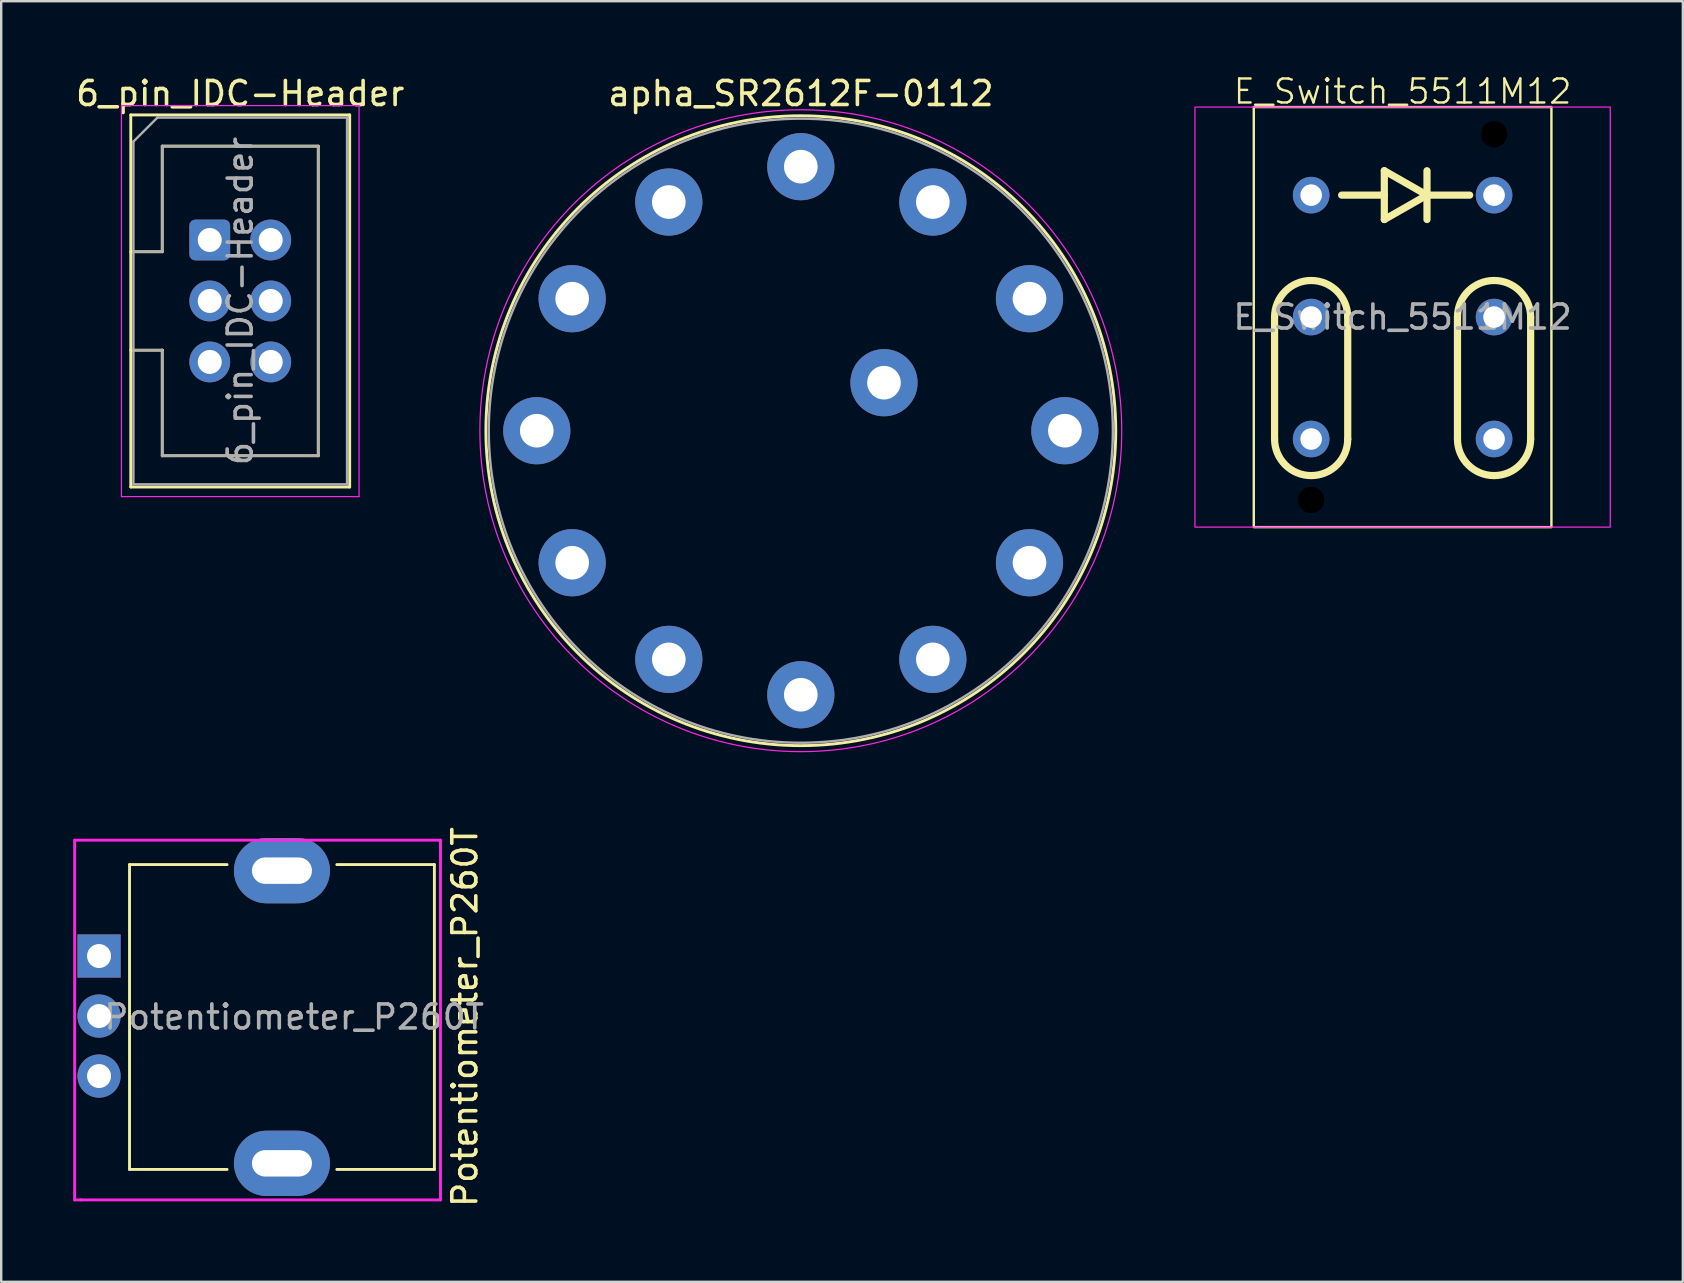
<source format=kicad_pcb>
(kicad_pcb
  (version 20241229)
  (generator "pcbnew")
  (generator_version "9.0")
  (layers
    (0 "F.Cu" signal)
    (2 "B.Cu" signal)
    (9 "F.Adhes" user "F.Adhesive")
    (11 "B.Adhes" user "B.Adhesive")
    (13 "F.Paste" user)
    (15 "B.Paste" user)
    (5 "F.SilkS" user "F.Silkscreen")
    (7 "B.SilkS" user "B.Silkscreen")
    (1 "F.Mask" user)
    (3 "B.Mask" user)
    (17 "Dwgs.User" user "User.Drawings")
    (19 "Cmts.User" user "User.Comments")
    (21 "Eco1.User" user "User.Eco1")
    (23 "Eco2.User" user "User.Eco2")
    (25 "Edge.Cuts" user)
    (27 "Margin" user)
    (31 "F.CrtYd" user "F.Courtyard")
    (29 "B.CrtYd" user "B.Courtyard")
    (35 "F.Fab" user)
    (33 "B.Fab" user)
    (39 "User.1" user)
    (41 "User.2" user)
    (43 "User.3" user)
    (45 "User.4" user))
  (footprint "E_Switch_5511M12"
    (layer "F.Cu")
    (at 55.382 10.159)
    (property "Reference" "E_Switch_5511M12" (at 0 -9.398 0) (unlocked yes) (layer "F.SilkS") (effects (font (size 1 1) (thickness 0.1))))
    (attr through_hole)
    (fp_line (start -5.334 0) (end -5.334 5.08) (stroke (width 0.3) (type default)) (layer "F.SilkS"))
    (fp_line (start -2.286 0) (end -2.286 5.08) (stroke (width 0.3) (type default)) (layer "F.SilkS"))
    (fp_line (start -0.762 -6.096) (end 1.016 -5.08) (stroke (width 0.3) (type default)) (layer "F.SilkS"))
    (fp_line (start -0.762 -5.08) (end -2.54 -5.08) (stroke (width 0.3) (type default)) (layer "F.SilkS"))
    (fp_line (start -0.762 -4.064) (end -0.762 -6.096) (stroke (width 0.3) (type default)) (layer "F.SilkS"))
    (fp_line (start 1.016 -6.096) (end 1.016 -4.064) (stroke (width 0.3) (type default)) (layer "F.SilkS"))
    (fp_line (start 1.016 -5.08) (end -0.762 -4.064) (stroke (width 0.3) (type default)) (layer "F.SilkS"))
    (fp_line (start 2.286 0) (end 2.286 5.08) (stroke (width 0.3) (type default)) (layer "F.SilkS"))
    (fp_line (start 2.794 -5.08) (end 1.016 -5.08) (stroke (width 0.3) (type default)) (layer "F.SilkS"))
    (fp_line (start 5.334 0) (end 5.334 5.08) (stroke (width 0.3) (type default)) (layer "F.SilkS"))
    (fp_rect (start -6.2 -8.75) (end 6.2 8.75) (stroke (width 0.1) (type default)) (fill no) (layer "F.SilkS"))
    (fp_arc (start -5.334 0) (mid -3.81 -1.524) (end -2.286 0) (stroke (width 0.3) (type default)) (layer "F.SilkS"))
    (fp_arc (start -2.286 5.08) (mid -3.81 6.604) (end -5.334 5.08) (stroke (width 0.3) (type default)) (layer "F.SilkS"))
    (fp_arc (start 2.286 0) (mid 3.81 -1.524) (end 5.334 0) (stroke (width 0.3) (type default)) (layer "F.SilkS"))
    (fp_arc (start 5.334 5.08) (mid 3.81 6.604) (end 2.286 5.08) (stroke (width 0.3) (type default)) (layer "F.SilkS"))
    (fp_rect (start -8.65 -8.75) (end 8.65 8.75) (stroke (width 0.05) (type default)) (fill no) (layer "F.CrtYd"))
    (fp_text user "${REFERENCE}" (at 0 0 0) (unlocked yes) (layer "F.Fab") (effects (font (size 1 1) (thickness 0.15))))
    (pad "" np_thru_hole circle (at -3.81 7.62) (size 1.1 1.1) (drill 1.1) (layers "*.Mask"))
    (pad "" np_thru_hole circle (at 3.81 -7.62) (size 1.1 1.1) (drill 1.1) (layers "*.Mask"))
    (pad "1" thru_hole circle (at -3.81 0) (size 1.524 1.524) (drill 0.9) (layers "*.Cu" "*.Mask"))
    (pad "1" thru_hole circle (at 3.81 0) (size 1.524 1.524) (drill 0.9) (layers "*.Cu" "*.Mask"))
    (pad "2" thru_hole circle (at 3.81 5.08) (size 1.524 1.524) (drill 0.9) (layers "*.Cu" "*.Mask"))
    (pad "3" thru_hole circle (at -3.81 5.08) (size 1.524 1.524) (drill 0.9) (layers "*.Cu" "*.Mask"))
    (pad "4" thru_hole circle (at -3.81 -5.08) (size 1.524 1.524) (drill 0.9) (layers "*.Cu" "*.Mask"))
    (pad "5" thru_hole circle (at 3.81 -5.08) (size 1.524 1.524) (drill 0.9) (layers "*.Cu" "*.Mask")))
  (footprint "apha_SR2612F-0112"
    (layer "F.Cu")
    (at 30.312 14.893)
    (property "Reference" "apha_SR2612F-0112" (at 0 -14.045 0) (layer "F.SilkS") (effects (font (size 1 1) (thickness 0.15))))
    (attr through_hole)
    (fp_circle (center 0 0) (end 0 13.12) (stroke (width 0.12) (type solid)) (fill no) (layer "F.SilkS"))
    (fp_circle (center 0 0) (end 0 13.37) (stroke (width 0.05) (type solid)) (fill no) (layer "F.CrtYd"))
    (fp_circle (center 0 0) (end 0 13) (stroke (width 0.1) (type solid)) (fill no) (layer "F.Fab"))
    (pad "1" thru_hole oval (at 5.5 -9.526) (size 2.8 2.8) (drill 1.4) (layers "*.Cu" "*.Mask"))
    (pad "2" thru_hole oval (at 9.526 -5.5) (size 2.8 2.8) (drill 1.4) (layers "*.Cu" "*.Mask"))
    (pad "3" thru_hole oval (at 11 0) (size 2.8 2.8) (drill 1.4) (layers "*.Cu" "*.Mask"))
    (pad "4" thru_hole oval (at 9.526 5.5) (size 2.8 2.8) (drill 1.4) (layers "*.Cu" "*.Mask"))
    (pad "5" thru_hole oval (at 5.5 9.526) (size 2.8 2.8) (drill 1.4) (layers "*.Cu" "*.Mask"))
    (pad "6" thru_hole oval (at 0 11) (size 2.8 2.8) (drill 1.4) (layers "*.Cu" "*.Mask"))
    (pad "7" thru_hole oval (at -5.5 9.526) (size 2.8 2.8) (drill 1.4) (layers "*.Cu" "*.Mask"))
    (pad "8" thru_hole oval (at -9.526 5.5) (size 2.8 2.8) (drill 1.4) (layers "*.Cu" "*.Mask"))
    (pad "9" thru_hole oval (at -11 0) (size 2.8 2.8) (drill 1.4) (layers "*.Cu" "*.Mask"))
    (pad "10" thru_hole oval (at -9.526 -5.5) (size 2.8 2.8) (drill 1.4) (layers "*.Cu" "*.Mask"))
    (pad "11" thru_hole oval (at -5.5 -9.526) (size 2.8 2.8) (drill 1.4) (layers "*.Cu" "*.Mask"))
    (pad "12" thru_hole oval (at 0 -11) (size 2.8 2.8) (drill 1.4) (layers "*.Cu" "*.Mask"))
    (pad "13" thru_hole oval (at 3.464 -2) (size 2.8 2.8) (drill 1.4) (layers "*.Cu" "*.Mask")))
  (footprint "6_pin_IDC-Header"
    (layer "F.Cu")
    (at 5.688 6.948)
    (property "Reference" "6_pin_IDC-Header" (at 1.27 -6.1 0) (layer "F.SilkS") (effects (font (size 1 1) (thickness 0.15))))
    (attr through_hole)
    (fp_line (start -3.29 -5.21) (end 5.83 -5.21) (stroke (width 0.12) (type solid)) (layer "F.SilkS"))
    (fp_line (start -3.29 0.49) (end -1.98 0.49) (stroke (width 0.12) (type solid)) (layer "F.SilkS"))
    (fp_line (start -3.29 10.29) (end -3.29 -5.21) (stroke (width 0.12) (type solid)) (layer "F.SilkS"))
    (fp_line (start -1.98 -3.91) (end 4.52 -3.91) (stroke (width 0.12) (type solid)) (layer "F.SilkS"))
    (fp_line (start -1.98 0.49) (end -1.98 -3.91) (stroke (width 0.12) (type solid)) (layer "F.SilkS"))
    (fp_line (start -1.98 4.59) (end -3.29 4.59) (stroke (width 0.12) (type solid)) (layer "F.SilkS"))
    (fp_line (start -1.98 4.59) (end -1.98 4.59) (stroke (width 0.12) (type solid)) (layer "F.SilkS"))
    (fp_line (start -1.98 8.99) (end -1.98 4.59) (stroke (width 0.12) (type solid)) (layer "F.SilkS"))
    (fp_line (start 4.52 -3.91) (end 4.52 8.99) (stroke (width 0.12) (type solid)) (layer "F.SilkS"))
    (fp_line (start 4.52 8.99) (end -1.98 8.99) (stroke (width 0.12) (type solid)) (layer "F.SilkS"))
    (fp_line (start 5.83 -5.21) (end 5.83 10.29) (stroke (width 0.12) (type solid)) (layer "F.SilkS"))
    (fp_line (start 5.83 10.29) (end -3.29 10.29) (stroke (width 0.12) (type solid)) (layer "F.SilkS"))
    (fp_line (start -3.68 -5.6) (end -3.68 10.69) (stroke (width 0.05) (type solid)) (layer "F.CrtYd"))
    (fp_line (start -3.68 10.69) (end 6.22 10.69) (stroke (width 0.05) (type solid)) (layer "F.CrtYd"))
    (fp_line (start 6.22 -5.6) (end -3.68 -5.6) (stroke (width 0.05) (type solid)) (layer "F.CrtYd"))
    (fp_line (start 6.22 10.69) (end 6.22 -5.6) (stroke (width 0.05) (type solid)) (layer "F.CrtYd"))
    (fp_line (start -3.18 -4.1) (end -2.18 -5.1) (stroke (width 0.1) (type solid)) (layer "F.Fab"))
    (fp_line (start -3.18 0.49) (end -1.98 0.49) (stroke (width 0.1) (type solid)) (layer "F.Fab"))
    (fp_line (start -3.18 10.18) (end -3.18 -4.1) (stroke (width 0.1) (type solid)) (layer "F.Fab"))
    (fp_line (start -2.18 -5.1) (end 5.72 -5.1) (stroke (width 0.1) (type solid)) (layer "F.Fab"))
    (fp_line (start -1.98 -3.91) (end 4.52 -3.91) (stroke (width 0.1) (type solid)) (layer "F.Fab"))
    (fp_line (start -1.98 0.49) (end -1.98 -3.91) (stroke (width 0.1) (type solid)) (layer "F.Fab"))
    (fp_line (start -1.98 4.59) (end -3.18 4.59) (stroke (width 0.1) (type solid)) (layer "F.Fab"))
    (fp_line (start -1.98 4.59) (end -1.98 4.59) (stroke (width 0.1) (type solid)) (layer "F.Fab"))
    (fp_line (start -1.98 8.99) (end -1.98 4.59) (stroke (width 0.1) (type solid)) (layer "F.Fab"))
    (fp_line (start 4.52 -3.91) (end 4.52 8.99) (stroke (width 0.1) (type solid)) (layer "F.Fab"))
    (fp_line (start 4.52 8.99) (end -1.98 8.99) (stroke (width 0.1) (type solid)) (layer "F.Fab"))
    (fp_line (start 5.72 -5.1) (end 5.72 10.18) (stroke (width 0.1) (type solid)) (layer "F.Fab"))
    (fp_line (start 5.72 10.18) (end -3.18 10.18) (stroke (width 0.1) (type solid)) (layer "F.Fab"))
    (fp_text user "${REFERENCE}" (at 1.27 2.54 90) (layer "F.Fab") (effects (font (size 1 1) (thickness 0.15))))
    (pad "1" thru_hole roundrect (at 0 0) (size 1.7 1.7) (drill 1) (layers "*.Cu" "*.Mask") (roundrect_rratio 0.147))
    (pad "2" thru_hole circle (at 2.54 0) (size 1.7 1.7) (drill 1) (layers "*.Cu" "*.Mask"))
    (pad "3" thru_hole circle (at 0 2.54) (size 1.7 1.7) (drill 1) (layers "*.Cu" "*.Mask"))
    (pad "4" thru_hole circle (at 2.54 2.54) (size 1.7 1.7) (drill 1) (layers "*.Cu" "*.Mask"))
    (pad "5" thru_hole circle (at 0 5.08) (size 1.7 1.7) (drill 1) (layers "*.Cu" "*.Mask"))
    (pad "6" thru_hole circle (at 2.54 5.08) (size 1.7 1.7) (drill 1) (layers "*.Cu" "*.Mask")))
  (footprint "Potentiometer_P260T"
    (layer "F.Cu")
    (at 8.696 39.318)
    (property "Reference" "Potentiometer_P260T" (at 7.62 0 270) (layer "F.SilkS") (effects (font (size 1 1) (thickness 0.15))))
    (attr through_hole)
    (fp_line (start -6.35 -6.35) (end -6.35 6.35) (stroke (width 0.12) (type solid)) (layer "F.SilkS"))
    (fp_line (start -6.35 -6.35) (end -2.286 -6.35) (stroke (width 0.12) (type solid)) (layer "F.SilkS"))
    (fp_line (start -2.286 6.35) (end -6.35 6.35) (stroke (width 0.12) (type solid)) (layer "F.SilkS"))
    (fp_line (start 2.286 -6.35) (end 6.35 -6.35) (stroke (width 0.12) (type solid)) (layer "F.SilkS"))
    (fp_line (start 2.286 6.35) (end 6.35 6.35) (stroke (width 0.12) (type solid)) (layer "F.SilkS"))
    (fp_line (start 6.35 -6.35) (end 6.35 6.35) (stroke (width 0.12) (type solid)) (layer "F.SilkS"))
    (fp_line (start -8.636 -7.366) (end 6.604 -7.366) (stroke (width 0.12) (type solid)) (layer "F.CrtYd"))
    (fp_line (start -8.636 0) (end -8.636 -7.366) (stroke (width 0.12) (type solid)) (layer "F.CrtYd"))
    (fp_line (start -8.636 7.62) (end -8.636 0) (stroke (width 0.12) (type solid)) (layer "F.CrtYd"))
    (fp_line (start -8.382 7.62) (end -8.636 7.62) (stroke (width 0.12) (type solid)) (layer "F.CrtYd"))
    (fp_line (start 6.604 -7.366) (end 6.604 7.366) (stroke (width 0.12) (type solid)) (layer "F.CrtYd"))
    (fp_line (start 6.604 7.366) (end 6.604 7.62) (stroke (width 0.12) (type solid)) (layer "F.CrtYd"))
    (fp_line (start 6.604 7.62) (end -8.382 7.62) (stroke (width 0.12) (type solid)) (layer "F.CrtYd"))
    (fp_text user "${REFERENCE}" (at 0.508 0 0) (layer "F.Fab") (effects (font (size 1 1) (thickness 0.15))))
    (pad "" thru_hole oval (at 0 -6.096 90) (size 2.72 4) (drill oval 1.1 2.5) (layers "*.Cu" "*.Mask"))
    (pad "" thru_hole oval (at 0 6.096 90) (size 2.72 4) (drill oval 1.1 2.5) (layers "*.Cu" "*.Mask"))
    (pad "1" thru_hole rect (at -7.62 -2.54 90) (size 1.8 1.8) (drill 1) (layers "*.Cu" "*.Mask"))
    (pad "2" thru_hole circle (at -7.62 -0.04 90) (size 1.8 1.8) (drill 1) (layers "*.Cu" "*.Mask"))
    (pad "3" thru_hole circle (at -7.62 2.46 90) (size 1.8 1.8) (drill 1) (layers "*.Cu" "*.Mask")))
  (gr_rect
    (start -3 -3)
    (end 67.057 50.348)
    (stroke (width 0.1) (type default))
    (fill no)
    (layer "Edge.Cuts")))
</source>
